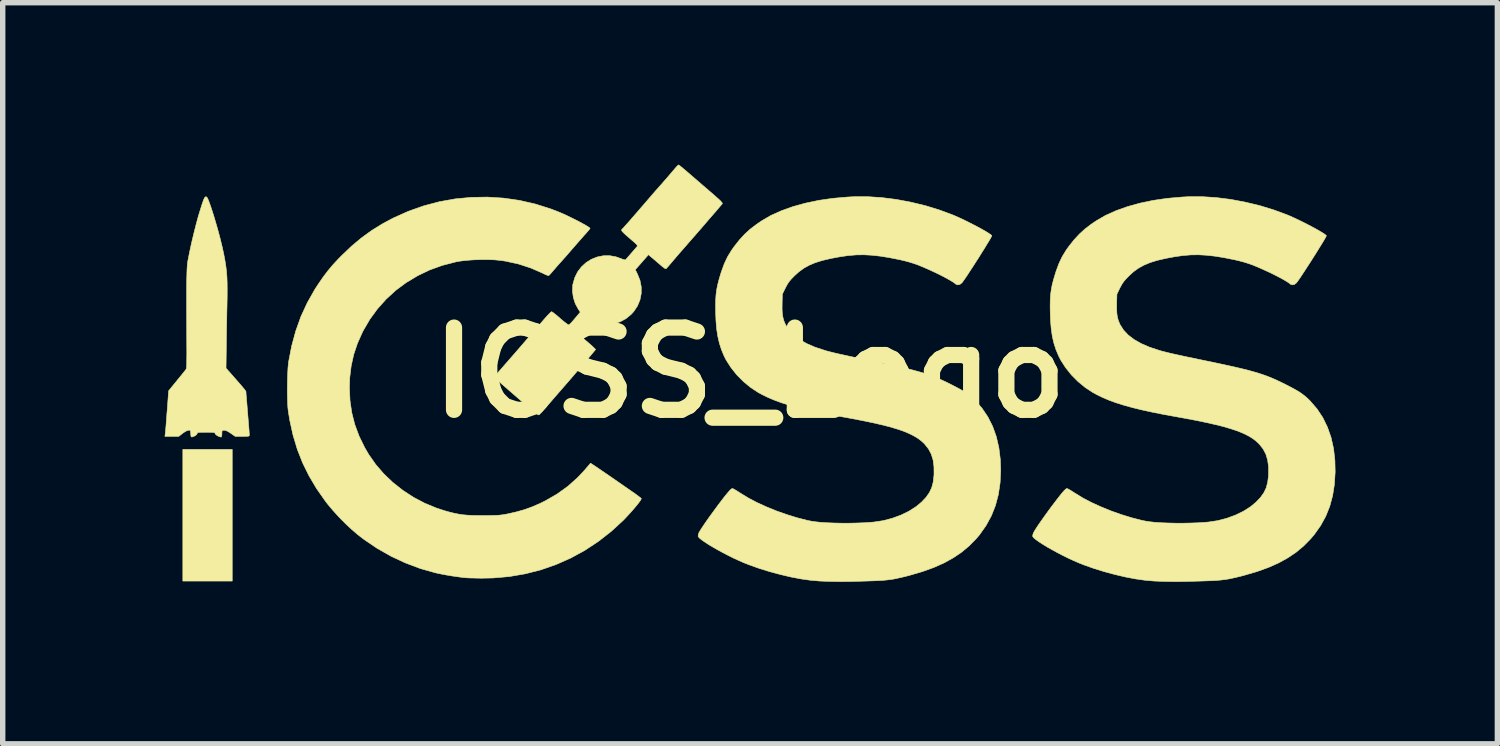
<source format=kicad_pcb>
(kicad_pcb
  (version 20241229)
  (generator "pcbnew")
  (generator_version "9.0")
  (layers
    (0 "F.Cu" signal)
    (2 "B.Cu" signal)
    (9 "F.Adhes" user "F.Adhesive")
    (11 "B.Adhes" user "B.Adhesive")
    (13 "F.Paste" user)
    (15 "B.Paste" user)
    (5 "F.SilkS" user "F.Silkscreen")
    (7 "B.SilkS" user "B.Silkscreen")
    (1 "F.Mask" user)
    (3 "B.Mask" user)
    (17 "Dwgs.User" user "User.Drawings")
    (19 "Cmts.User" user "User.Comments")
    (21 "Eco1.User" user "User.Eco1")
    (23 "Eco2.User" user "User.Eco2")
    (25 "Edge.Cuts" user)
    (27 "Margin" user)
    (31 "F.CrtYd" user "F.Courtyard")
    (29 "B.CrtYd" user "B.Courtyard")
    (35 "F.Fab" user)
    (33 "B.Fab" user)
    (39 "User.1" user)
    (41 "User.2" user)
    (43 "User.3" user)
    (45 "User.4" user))
  (footprint "ICSS_Logo"
    (layer "F.Cu")
    (at 10.84 3.853)
    (property "Reference" "ICSS_Logo" (at 0 0 0) (layer "F.SilkS") (effects (font (size 1.524 1.524) (thickness 0.3))))
    (attr through_hole)
    (fp_poly (pts (xy -9.588 3.861) (xy -10.503 3.861) (xy -10.503 1.422) (xy -9.588 1.422) (xy -9.588 3.861)) (stroke (width 0.01) (type solid)) (fill yes) (layer "F.SilkS"))
    (fp_poly (pts (xy -10.068 -3.256) (xy -10.06 -3.252) (xy -10.048 -3.235) (xy -10.03 -3.196) (xy -10.008 -3.138) (xy -9.982 -3.064) (xy -9.954 -2.978) (xy -9.924 -2.883) (xy -9.894 -2.781) (xy -9.863 -2.675) (xy -9.834 -2.569) (xy -9.807 -2.465) (xy -9.783 -2.367) (xy -9.774 -2.33) (xy -9.746 -2.202) (xy -9.724 -2.086) (xy -9.707 -1.979) (xy -9.694 -1.875) (xy -9.686 -1.769) (xy -9.682 -1.654) (xy -9.681 -1.527) (xy -9.682 -1.381) (xy -9.683 -1.333) (xy -9.685 -1.226) (xy -9.688 -1.1) (xy -9.69 -0.963) (xy -9.693 -0.821) (xy -9.695 -0.683) (xy -9.697 -0.554) (xy -9.697 -0.527) (xy -9.703 -0.083) (xy -9.519 0.126) (xy -9.465 0.188) (xy -9.417 0.243) (xy -9.378 0.29) (xy -9.35 0.325) (xy -9.336 0.345) (xy -9.334 0.349) (xy -9.333 0.364) (xy -9.331 0.402) (xy -9.326 0.458) (xy -9.32 0.53) (xy -9.313 0.615) (xy -9.306 0.709) (xy -9.303 0.743) (xy -9.295 0.84) (xy -9.288 0.93) (xy -9.281 1.009) (xy -9.276 1.074) (xy -9.273 1.122) (xy -9.271 1.149) (xy -9.271 1.153) (xy -9.272 1.165) (xy -9.279 1.174) (xy -9.295 1.178) (xy -9.326 1.18) (xy -9.375 1.181) (xy -9.402 1.181) (xy -9.533 1.181) (xy -9.614 1.124) (xy -9.67 1.088) (xy -9.714 1.07) (xy -9.737 1.067) (xy -9.762 1.068) (xy -9.774 1.076) (xy -9.779 1.097) (xy -9.779 1.13) (xy -9.782 1.172) (xy -9.79 1.192) (xy -9.794 1.194) (xy -9.823 1.187) (xy -9.857 1.172) (xy -9.887 1.152) (xy -9.904 1.133) (xy -9.906 1.127) (xy -9.908 1.118) (xy -9.918 1.112) (xy -9.938 1.108) (xy -9.974 1.106) (xy -10.028 1.105) (xy -10.071 1.105) (xy -10.139 1.105) (xy -10.185 1.106) (xy -10.214 1.109) (xy -10.23 1.114) (xy -10.236 1.121) (xy -10.237 1.127) (xy -10.247 1.147) (xy -10.275 1.168) (xy -10.281 1.172) (xy -10.32 1.189) (xy -10.342 1.192) (xy -10.352 1.183) (xy -10.352 1.178) (xy -10.355 1.153) (xy -10.357 1.13) (xy -10.36 1.099) (xy -10.361 1.083) (xy -10.373 1.067) (xy -10.4 1.067) (xy -10.439 1.081) (xy -10.484 1.108) (xy -10.506 1.124) (xy -10.579 1.181) (xy -10.835 1.181) (xy -10.828 1.127) (xy -10.825 1.101) (xy -10.821 1.053) (xy -10.815 0.987) (xy -10.809 0.907) (xy -10.802 0.817) (xy -10.795 0.721) (xy -10.793 0.705) (xy -10.766 0.337) (xy -10.612 0.148) (xy -10.563 0.088) (xy -10.519 0.034) (xy -10.482 -0.012) (xy -10.456 -0.045) (xy -10.443 -0.062) (xy -10.443 -0.062) (xy -10.438 -0.075) (xy -10.435 -0.101) (xy -10.432 -0.142) (xy -10.431 -0.201) (xy -10.43 -0.279) (xy -10.429 -0.379) (xy -10.43 -0.501) (xy -10.43 -0.527) (xy -10.431 -0.754) (xy -10.432 -0.957) (xy -10.433 -1.137) (xy -10.433 -1.296) (xy -10.433 -1.436) (xy -10.433 -1.557) (xy -10.432 -1.663) (xy -10.43 -1.753) (xy -10.428 -1.829) (xy -10.426 -1.894) (xy -10.423 -1.947) (xy -10.42 -1.992) (xy -10.416 -2.029) (xy -10.412 -2.06) (xy -10.41 -2.07) (xy -10.378 -2.233) (xy -10.341 -2.404) (xy -10.3 -2.576) (xy -10.258 -2.742) (xy -10.217 -2.894) (xy -10.189 -2.985) (xy -10.161 -3.076) (xy -10.138 -3.146) (xy -10.12 -3.197) (xy -10.105 -3.23) (xy -10.092 -3.25) (xy -10.08 -3.258) (xy -10.068 -3.256)) (stroke (width 0.01) (type solid)) (fill yes) (layer "F.SilkS"))
    (fp_poly (pts (xy -4.56 -3.233) (xy -4.263 -3.19) (xy -3.968 -3.122) (xy -3.679 -3.03) (xy -3.537 -2.975) (xy -3.469 -2.946) (xy -3.394 -2.912) (xy -3.316 -2.874) (xy -3.237 -2.835) (xy -3.163 -2.797) (xy -3.095 -2.76) (xy -3.037 -2.728) (xy -2.993 -2.701) (xy -2.966 -2.681) (xy -2.959 -2.672) (xy -2.967 -2.66) (xy -2.988 -2.634) (xy -3.019 -2.598) (xy -3.04 -2.574) (xy -3.074 -2.537) (xy -3.12 -2.484) (xy -3.175 -2.422) (xy -3.234 -2.354) (xy -3.295 -2.284) (xy -3.31 -2.267) (xy -3.364 -2.204) (xy -3.413 -2.148) (xy -3.454 -2.102) (xy -3.485 -2.067) (xy -3.502 -2.048) (xy -3.505 -2.045) (xy -3.516 -2.033) (xy -3.54 -2.006) (xy -3.573 -1.969) (xy -3.606 -1.93) (xy -3.645 -1.885) (xy -3.679 -1.846) (xy -3.704 -1.818) (xy -3.715 -1.806) (xy -3.726 -1.799) (xy -3.745 -1.801) (xy -3.776 -1.813) (xy -3.823 -1.835) (xy -3.837 -1.842) (xy -4.053 -1.937) (xy -4.283 -2.012) (xy -4.524 -2.065) (xy -4.605 -2.077) (xy -4.718 -2.089) (xy -4.848 -2.094) (xy -4.986 -2.094) (xy -5.126 -2.089) (xy -5.26 -2.079) (xy -5.381 -2.064) (xy -5.448 -2.051) (xy -5.695 -1.987) (xy -5.931 -1.902) (xy -6.154 -1.795) (xy -6.364 -1.669) (xy -6.558 -1.525) (xy -6.736 -1.362) (xy -6.897 -1.182) (xy -7.04 -0.986) (xy -7.163 -0.775) (xy -7.176 -0.749) (xy -7.268 -0.543) (xy -7.337 -0.337) (xy -7.384 -0.127) (xy -7.411 0.092) (xy -7.417 0.283) (xy -7.406 0.518) (xy -7.373 0.744) (xy -7.317 0.963) (xy -7.237 1.178) (xy -7.133 1.39) (xy -7.059 1.517) (xy -6.93 1.701) (xy -6.781 1.874) (xy -6.613 2.034) (xy -6.428 2.18) (xy -6.231 2.309) (xy -6.022 2.419) (xy -5.805 2.509) (xy -5.657 2.557) (xy -5.558 2.585) (xy -5.471 2.606) (xy -5.39 2.622) (xy -5.309 2.634) (xy -5.224 2.641) (xy -5.127 2.646) (xy -5.014 2.647) (xy -4.947 2.648) (xy -4.845 2.647) (xy -4.765 2.646) (xy -4.7 2.644) (xy -4.646 2.641) (xy -4.598 2.636) (xy -4.551 2.629) (xy -4.501 2.62) (xy -4.496 2.619) (xy -4.327 2.581) (xy -4.175 2.538) (xy -4.031 2.486) (xy -3.885 2.423) (xy -3.785 2.373) (xy -3.571 2.25) (xy -3.373 2.108) (xy -3.192 1.947) (xy -3.063 1.81) (xy -3.022 1.762) (xy -2.988 1.722) (xy -2.963 1.693) (xy -2.952 1.679) (xy -2.951 1.678) (xy -2.94 1.684) (xy -2.908 1.705) (xy -2.856 1.739) (xy -2.784 1.788) (xy -2.692 1.851) (xy -2.581 1.927) (xy -2.45 2.018) (xy -2.301 2.121) (xy -2.179 2.206) (xy -2.122 2.245) (xy -2.074 2.281) (xy -2.036 2.31) (xy -2.014 2.328) (xy -2.01 2.333) (xy -2.016 2.35) (xy -2.036 2.382) (xy -2.069 2.426) (xy -2.112 2.479) (xy -2.162 2.538) (xy -2.216 2.599) (xy -2.273 2.661) (xy -2.328 2.719) (xy -2.339 2.731) (xy -2.564 2.938) (xy -2.803 3.125) (xy -3.054 3.291) (xy -3.316 3.434) (xy -3.589 3.555) (xy -3.87 3.653) (xy -4.16 3.727) (xy -4.457 3.778) (xy -4.759 3.804) (xy -4.969 3.808) (xy -5.045 3.807) (xy -5.118 3.805) (xy -5.179 3.804) (xy -5.226 3.802) (xy -5.245 3.801) (xy -5.318 3.794) (xy -5.408 3.782) (xy -5.507 3.768) (xy -5.61 3.751) (xy -5.707 3.733) (xy -5.792 3.715) (xy -5.821 3.709) (xy -6.101 3.63) (xy -6.378 3.526) (xy -6.647 3.401) (xy -6.905 3.254) (xy -7.15 3.088) (xy -7.264 3) (xy -7.373 2.906) (xy -7.489 2.798) (xy -7.606 2.68) (xy -7.716 2.559) (xy -7.815 2.442) (xy -7.862 2.381) (xy -8.026 2.147) (xy -8.166 1.911) (xy -8.285 1.669) (xy -8.383 1.419) (xy -8.462 1.156) (xy -8.523 0.879) (xy -8.549 0.717) (xy -8.557 0.65) (xy -8.562 0.562) (xy -8.565 0.46) (xy -8.567 0.348) (xy -8.566 0.232) (xy -8.564 0.116) (xy -8.56 0.008) (xy -8.555 -0.09) (xy -8.547 -0.17) (xy -8.543 -0.203) (xy -8.486 -0.497) (xy -8.41 -0.775) (xy -8.315 -1.04) (xy -8.198 -1.293) (xy -8.06 -1.538) (xy -7.995 -1.638) (xy -7.904 -1.77) (xy -7.816 -1.886) (xy -7.724 -1.996) (xy -7.621 -2.107) (xy -7.569 -2.16) (xy -7.383 -2.338) (xy -7.197 -2.494) (xy -7.004 -2.634) (xy -6.8 -2.76) (xy -6.605 -2.864) (xy -6.328 -2.988) (xy -6.043 -3.089) (xy -5.752 -3.166) (xy -5.457 -3.219) (xy -5.159 -3.247) (xy -4.86 -3.252) (xy -4.56 -3.233)) (stroke (width 0.01) (type solid)) (fill yes) (layer "F.SilkS"))
    (fp_poly (pts (xy -1.306 -3.84) (xy -1.278 -3.818) (xy -1.238 -3.785) (xy -1.189 -3.744) (xy -1.153 -3.713) (xy -1.097 -3.665) (xy -1.028 -3.605) (xy -0.949 -3.537) (xy -0.867 -3.466) (xy -0.785 -3.396) (xy -0.746 -3.362) (xy -0.669 -3.296) (xy -0.61 -3.243) (xy -0.566 -3.204) (xy -0.536 -3.174) (xy -0.518 -3.153) (xy -0.51 -3.139) (xy -0.509 -3.13) (xy -0.511 -3.126) (xy -0.524 -3.112) (xy -0.55 -3.081) (xy -0.587 -3.037) (xy -0.633 -2.983) (xy -0.685 -2.923) (xy -0.741 -2.859) (xy -0.797 -2.794) (xy -0.85 -2.732) (xy -0.899 -2.675) (xy -0.941 -2.627) (xy -0.972 -2.591) (xy -0.989 -2.572) (xy -1.016 -2.54) (xy -1.051 -2.501) (xy -1.073 -2.476) (xy -1.107 -2.437) (xy -1.149 -2.389) (xy -1.19 -2.341) (xy -1.194 -2.337) (xy -1.228 -2.298) (xy -1.256 -2.266) (xy -1.274 -2.246) (xy -1.277 -2.243) (xy -1.289 -2.228) (xy -1.315 -2.199) (xy -1.351 -2.157) (xy -1.392 -2.108) (xy -1.409 -2.089) (xy -1.452 -2.038) (xy -1.491 -1.992) (xy -1.522 -1.957) (xy -1.541 -1.935) (xy -1.544 -1.932) (xy -1.554 -1.926) (xy -1.569 -1.929) (xy -1.592 -1.944) (xy -1.627 -1.971) (xy -1.67 -2.008) (xy -1.72 -2.051) (xy -1.768 -2.092) (xy -1.808 -2.126) (xy -1.829 -2.143) (xy -1.877 -2.185) (xy -1.999 -2.046) (xy -2.121 -1.907) (xy -2.084 -1.832) (xy -2.035 -1.712) (xy -2.011 -1.589) (xy -2.011 -1.467) (xy -2.034 -1.349) (xy -2.08 -1.237) (xy -2.149 -1.133) (xy -2.196 -1.081) (xy -2.294 -1) (xy -2.402 -0.942) (xy -2.519 -0.906) (xy -2.643 -0.894) (xy -2.769 -0.905) (xy -2.866 -0.93) (xy -2.945 -0.956) (xy -2.981 -0.913) (xy -3.01 -0.878) (xy -3.046 -0.837) (xy -3.067 -0.813) (xy -3.104 -0.772) (xy -3.13 -0.742) (xy -3.143 -0.719) (xy -3.144 -0.699) (xy -3.13 -0.677) (xy -3.102 -0.648) (xy -3.057 -0.61) (xy -3.01 -0.571) (xy -2.958 -0.525) (xy -2.914 -0.486) (xy -2.88 -0.454) (xy -2.861 -0.434) (xy -2.857 -0.429) (xy -2.866 -0.417) (xy -2.889 -0.389) (xy -2.925 -0.346) (xy -2.973 -0.289) (xy -3.03 -0.221) (xy -3.096 -0.144) (xy -3.168 -0.06) (xy -3.245 0.029) (xy -3.324 0.122) (xy -3.405 0.215) (xy -3.486 0.308) (xy -3.564 0.398) (xy -3.638 0.483) (xy -3.706 0.562) (xy -3.767 0.631) (xy -3.819 0.69) (xy -3.86 0.736) (xy -3.889 0.767) (xy -3.897 0.777) (xy -3.904 0.781) (xy -3.913 0.782) (xy -3.927 0.777) (xy -3.947 0.764) (xy -3.975 0.743) (xy -4.014 0.712) (xy -4.066 0.669) (xy -4.132 0.613) (xy -4.214 0.542) (xy -4.243 0.516) (xy -4.325 0.446) (xy -4.404 0.377) (xy -4.479 0.312) (xy -4.544 0.255) (xy -4.599 0.207) (xy -4.638 0.172) (xy -4.653 0.159) (xy -4.738 0.083) (xy -4.577 -0.102) (xy -4.522 -0.165) (xy -4.467 -0.228) (xy -4.416 -0.286) (xy -4.375 -0.333) (xy -4.35 -0.362) (xy -4.317 -0.4) (xy -4.27 -0.454) (xy -4.212 -0.521) (xy -4.146 -0.598) (xy -4.073 -0.682) (xy -3.998 -0.769) (xy -3.922 -0.857) (xy -3.849 -0.943) (xy -3.81 -0.988) (xy -3.766 -1.038) (xy -3.727 -1.08) (xy -3.696 -1.111) (xy -3.676 -1.128) (xy -3.673 -1.129) (xy -3.658 -1.122) (xy -3.628 -1.1) (xy -3.586 -1.067) (xy -3.537 -1.026) (xy -3.512 -1.003) (xy -3.456 -0.956) (xy -3.409 -0.919) (xy -3.374 -0.894) (xy -3.354 -0.884) (xy -3.351 -0.884) (xy -3.336 -0.896) (xy -3.309 -0.923) (xy -3.274 -0.962) (xy -3.237 -1.006) (xy -3.14 -1.121) (xy -3.179 -1.179) (xy -3.233 -1.279) (xy -3.269 -1.392) (xy -3.285 -1.508) (xy -3.28 -1.622) (xy -3.277 -1.638) (xy -3.243 -1.758) (xy -3.19 -1.866) (xy -3.119 -1.959) (xy -3.033 -2.038) (xy -2.936 -2.099) (xy -2.829 -2.142) (xy -2.715 -2.165) (xy -2.598 -2.167) (xy -2.48 -2.146) (xy -2.385 -2.112) (xy -2.343 -2.096) (xy -2.313 -2.089) (xy -2.301 -2.09) (xy -2.289 -2.104) (xy -2.264 -2.133) (xy -2.23 -2.172) (xy -2.197 -2.21) (xy -2.158 -2.255) (xy -2.123 -2.295) (xy -2.098 -2.324) (xy -2.087 -2.337) (xy -2.083 -2.348) (xy -2.088 -2.362) (xy -2.105 -2.383) (xy -2.137 -2.413) (xy -2.182 -2.451) (xy -2.251 -2.511) (xy -2.303 -2.556) (xy -2.339 -2.59) (xy -2.362 -2.614) (xy -2.374 -2.632) (xy -2.375 -2.644) (xy -2.369 -2.655) (xy -2.357 -2.666) (xy -2.354 -2.668) (xy -2.342 -2.681) (xy -2.315 -2.712) (xy -2.275 -2.757) (xy -2.224 -2.814) (xy -2.165 -2.882) (xy -2.099 -2.958) (xy -2.028 -3.04) (xy -2.022 -3.048) (xy -1.951 -3.129) (xy -1.886 -3.205) (xy -1.828 -3.272) (xy -1.779 -3.329) (xy -1.74 -3.374) (xy -1.714 -3.403) (xy -1.703 -3.416) (xy -1.702 -3.416) (xy -1.692 -3.428) (xy -1.668 -3.455) (xy -1.633 -3.494) (xy -1.591 -3.543) (xy -1.544 -3.596) (xy -1.496 -3.652) (xy -1.45 -3.706) (xy -1.408 -3.755) (xy -1.385 -3.782) (xy -1.356 -3.815) (xy -1.332 -3.839) (xy -1.319 -3.848) (xy -1.319 -3.848) (xy -1.306 -3.84)) (stroke (width 0.01) (type solid)) (fill yes) (layer "F.SilkS"))
    (fp_poly (pts (xy 2.441 -3.243) (xy 2.711 -3.209) (xy 2.984 -3.158) (xy 3.254 -3.093) (xy 3.516 -3.012) (xy 3.766 -2.919) (xy 3.797 -2.906) (xy 3.873 -2.872) (xy 3.956 -2.834) (xy 4.041 -2.792) (xy 4.127 -2.748) (xy 4.211 -2.705) (xy 4.288 -2.663) (xy 4.357 -2.624) (xy 4.413 -2.59) (xy 4.455 -2.562) (xy 4.479 -2.543) (xy 4.483 -2.536) (xy 4.476 -2.52) (xy 4.458 -2.485) (xy 4.428 -2.435) (xy 4.39 -2.373) (xy 4.346 -2.3) (xy 4.296 -2.221) (xy 4.244 -2.137) (xy 4.189 -2.052) (xy 4.136 -1.969) (xy 4.084 -1.89) (xy 4.037 -1.817) (xy 3.995 -1.755) (xy 3.961 -1.706) (xy 3.937 -1.673) (xy 3.927 -1.661) (xy 3.891 -1.634) (xy 3.853 -1.626) (xy 3.82 -1.636) (xy 3.81 -1.645) (xy 3.789 -1.662) (xy 3.75 -1.688) (xy 3.695 -1.72) (xy 3.631 -1.756) (xy 3.56 -1.793) (xy 3.487 -1.83) (xy 3.441 -1.852) (xy 3.32 -1.908) (xy 3.215 -1.954) (xy 3.123 -1.992) (xy 3.038 -2.022) (xy 2.955 -2.048) (xy 2.869 -2.071) (xy 2.775 -2.093) (xy 2.769 -2.094) (xy 2.583 -2.131) (xy 2.415 -2.158) (xy 2.261 -2.175) (xy 2.114 -2.183) (xy 1.97 -2.181) (xy 1.825 -2.169) (xy 1.672 -2.147) (xy 1.506 -2.116) (xy 1.494 -2.113) (xy 1.344 -2.078) (xy 1.215 -2.038) (xy 1.103 -1.991) (xy 1.003 -1.936) (xy 0.912 -1.87) (xy 0.824 -1.791) (xy 0.824 -1.79) (xy 0.77 -1.735) (xy 0.73 -1.688) (xy 0.698 -1.641) (xy 0.669 -1.587) (xy 0.659 -1.568) (xy 0.603 -1.454) (xy 0.599 -1.281) (xy 0.598 -1.179) (xy 0.602 -1.097) (xy 0.613 -1.028) (xy 0.629 -0.966) (xy 0.654 -0.906) (xy 0.663 -0.888) (xy 0.726 -0.788) (xy 0.812 -0.697) (xy 0.92 -0.614) (xy 1.052 -0.539) (xy 1.207 -0.472) (xy 1.386 -0.413) (xy 1.4 -0.409) (xy 1.44 -0.397) (xy 1.48 -0.387) (xy 1.523 -0.376) (xy 1.572 -0.364) (xy 1.628 -0.351) (xy 1.695 -0.336) (xy 1.774 -0.319) (xy 1.869 -0.298) (xy 1.981 -0.275) (xy 2.113 -0.247) (xy 2.267 -0.215) (xy 2.46 -0.175) (xy 2.63 -0.138) (xy 2.78 -0.105) (xy 2.913 -0.074) (xy 3.03 -0.045) (xy 3.136 -0.016) (xy 3.23 0.012) (xy 3.318 0.041) (xy 3.4 0.071) (xy 3.479 0.103) (xy 3.558 0.138) (xy 3.64 0.176) (xy 3.726 0.219) (xy 3.734 0.223) (xy 3.836 0.276) (xy 3.919 0.321) (xy 3.988 0.363) (xy 4.047 0.403) (xy 4.099 0.445) (xy 4.15 0.492) (xy 4.17 0.511) (xy 4.3 0.657) (xy 4.409 0.818) (xy 4.498 0.994) (xy 4.566 1.184) (xy 4.614 1.39) (xy 4.641 1.61) (xy 4.648 1.809) (xy 4.637 2.039) (xy 4.605 2.256) (xy 4.551 2.461) (xy 4.475 2.653) (xy 4.376 2.834) (xy 4.256 3.004) (xy 4.189 3.082) (xy 4.062 3.211) (xy 3.923 3.327) (xy 3.769 3.431) (xy 3.599 3.525) (xy 3.41 3.609) (xy 3.202 3.684) (xy 2.971 3.752) (xy 2.896 3.772) (xy 2.809 3.793) (xy 2.733 3.81) (xy 2.665 3.824) (xy 2.598 3.834) (xy 2.529 3.842) (xy 2.452 3.849) (xy 2.363 3.854) (xy 2.256 3.858) (xy 2.165 3.861) (xy 1.988 3.866) (xy 1.831 3.87) (xy 1.688 3.871) (xy 1.556 3.869) (xy 1.427 3.866) (xy 1.298 3.861) (xy 1.283 3.86) (xy 1.123 3.846) (xy 0.946 3.821) (xy 0.758 3.785) (xy 0.563 3.739) (xy 0.366 3.686) (xy 0.172 3.626) (xy -0.013 3.56) (xy -0.105 3.524) (xy -0.198 3.483) (xy -0.297 3.438) (xy -0.397 3.388) (xy -0.498 3.336) (xy -0.595 3.283) (xy -0.686 3.231) (xy -0.769 3.181) (xy -0.839 3.135) (xy -0.896 3.095) (xy -0.935 3.062) (xy -0.955 3.037) (xy -0.956 3.034) (xy -0.955 3.009) (xy -0.946 2.975) (xy -0.945 2.972) (xy -0.928 2.94) (xy -0.897 2.89) (xy -0.854 2.825) (xy -0.801 2.748) (xy -0.74 2.662) (xy -0.672 2.569) (xy -0.6 2.471) (xy -0.589 2.456) (xy -0.517 2.361) (xy -0.458 2.285) (xy -0.411 2.228) (xy -0.374 2.186) (xy -0.348 2.16) (xy -0.329 2.148) (xy -0.322 2.146) (xy -0.305 2.153) (xy -0.272 2.171) (xy -0.226 2.199) (xy -0.173 2.233) (xy -0.16 2.241) (xy -0.022 2.325) (xy 0.136 2.408) (xy 0.31 2.487) (xy 0.494 2.562) (xy 0.684 2.629) (xy 0.875 2.688) (xy 1.061 2.736) (xy 1.124 2.749) (xy 1.206 2.762) (xy 1.308 2.773) (xy 1.427 2.781) (xy 1.558 2.786) (xy 1.697 2.789) (xy 1.841 2.789) (xy 1.983 2.786) (xy 2.121 2.781) (xy 2.25 2.772) (xy 2.299 2.768) (xy 2.471 2.742) (xy 2.639 2.698) (xy 2.8 2.639) (xy 2.948 2.567) (xy 3.081 2.482) (xy 3.181 2.399) (xy 3.264 2.312) (xy 3.325 2.225) (xy 3.369 2.134) (xy 3.397 2.031) (xy 3.411 1.913) (xy 3.413 1.886) (xy 3.412 1.744) (xy 3.396 1.62) (xy 3.362 1.51) (xy 3.31 1.412) (xy 3.239 1.323) (xy 3.228 1.311) (xy 3.171 1.26) (xy 3.106 1.212) (xy 3.03 1.167) (xy 2.942 1.124) (xy 2.84 1.082) (xy 2.724 1.043) (xy 2.59 1.003) (xy 2.438 0.965) (xy 2.267 0.926) (xy 2.074 0.886) (xy 1.858 0.845) (xy 1.714 0.819) (xy 1.476 0.776) (xy 1.261 0.733) (xy 1.067 0.691) (xy 0.893 0.648) (xy 0.735 0.605) (xy 0.592 0.56) (xy 0.463 0.513) (xy 0.344 0.463) (xy 0.234 0.41) (xy 0.155 0.367) (xy 0.015 0.275) (xy -0.118 0.165) (xy -0.241 0.041) (xy -0.348 -0.093) (xy -0.437 -0.231) (xy -0.477 -0.31) (xy -0.525 -0.426) (xy -0.563 -0.544) (xy -0.592 -0.668) (xy -0.613 -0.802) (xy -0.626 -0.953) (xy -0.632 -1.1) (xy -0.634 -1.23) (xy -0.632 -1.342) (xy -0.626 -1.44) (xy -0.614 -1.532) (xy -0.596 -1.624) (xy -0.571 -1.721) (xy -0.539 -1.831) (xy -0.525 -1.873) (xy -0.472 -2.019) (xy -0.41 -2.149) (xy -0.335 -2.271) (xy -0.288 -2.337) (xy -0.191 -2.46) (xy -0.094 -2.565) (xy 0.01 -2.66) (xy 0.127 -2.749) (xy 0.22 -2.812) (xy 0.391 -2.912) (xy 0.585 -2.999) (xy 0.797 -3.075) (xy 1.028 -3.139) (xy 1.276 -3.191) (xy 1.538 -3.229) (xy 1.813 -3.253) (xy 1.928 -3.259) (xy 2.178 -3.26) (xy 2.441 -3.243)) (stroke (width 0.01) (type solid)) (fill yes) (layer "F.SilkS"))
    (fp_poly (pts (xy 8.639 -3.243) (xy 8.909 -3.209) (xy 9.181 -3.158) (xy 9.451 -3.093) (xy 9.714 -3.012) (xy 9.964 -2.919) (xy 9.995 -2.906) (xy 10.071 -2.872) (xy 10.153 -2.834) (xy 10.239 -2.792) (xy 10.325 -2.748) (xy 10.408 -2.705) (xy 10.486 -2.663) (xy 10.554 -2.624) (xy 10.611 -2.59) (xy 10.653 -2.562) (xy 10.676 -2.543) (xy 10.681 -2.536) (xy 10.674 -2.52) (xy 10.655 -2.485) (xy 10.626 -2.435) (xy 10.588 -2.373) (xy 10.543 -2.3) (xy 10.494 -2.221) (xy 10.441 -2.137) (xy 10.387 -2.052) (xy 10.333 -1.969) (xy 10.282 -1.89) (xy 10.234 -1.817) (xy 10.193 -1.755) (xy 10.159 -1.706) (xy 10.134 -1.673) (xy 10.125 -1.661) (xy 10.089 -1.634) (xy 10.05 -1.626) (xy 10.017 -1.636) (xy 10.008 -1.645) (xy 9.987 -1.662) (xy 9.947 -1.688) (xy 9.893 -1.72) (xy 9.828 -1.756) (xy 9.757 -1.793) (xy 9.684 -1.83) (xy 9.639 -1.852) (xy 9.517 -1.908) (xy 9.413 -1.954) (xy 9.321 -1.992) (xy 9.236 -2.022) (xy 9.153 -2.048) (xy 9.066 -2.071) (xy 8.972 -2.093) (xy 8.966 -2.094) (xy 8.78 -2.131) (xy 8.613 -2.158) (xy 8.458 -2.175) (xy 8.312 -2.183) (xy 8.168 -2.181) (xy 8.022 -2.169) (xy 7.869 -2.147) (xy 7.704 -2.116) (xy 7.691 -2.113) (xy 7.541 -2.078) (xy 7.413 -2.038) (xy 7.301 -1.991) (xy 7.201 -1.936) (xy 7.109 -1.87) (xy 7.022 -1.791) (xy 7.022 -1.79) (xy 6.968 -1.735) (xy 6.928 -1.688) (xy 6.896 -1.641) (xy 6.866 -1.587) (xy 6.856 -1.568) (xy 6.801 -1.454) (xy 6.796 -1.281) (xy 6.796 -1.179) (xy 6.8 -1.097) (xy 6.81 -1.028) (xy 6.827 -0.966) (xy 6.852 -0.906) (xy 6.86 -0.888) (xy 6.924 -0.788) (xy 7.009 -0.697) (xy 7.118 -0.614) (xy 7.249 -0.539) (xy 7.404 -0.472) (xy 7.583 -0.413) (xy 7.598 -0.409) (xy 7.637 -0.397) (xy 7.678 -0.387) (xy 7.721 -0.376) (xy 7.769 -0.364) (xy 7.826 -0.351) (xy 7.892 -0.336) (xy 7.972 -0.319) (xy 8.066 -0.298) (xy 8.179 -0.275) (xy 8.311 -0.247) (xy 8.465 -0.215) (xy 8.657 -0.175) (xy 8.828 -0.138) (xy 8.978 -0.105) (xy 9.11 -0.074) (xy 9.228 -0.045) (xy 9.333 -0.016) (xy 9.428 0.012) (xy 9.515 0.041) (xy 9.597 0.071) (xy 9.677 0.103) (xy 9.756 0.138) (xy 9.837 0.176) (xy 9.924 0.219) (xy 9.931 0.223) (xy 10.034 0.276) (xy 10.118 0.322) (xy 10.188 0.364) (xy 10.247 0.406) (xy 10.301 0.449) (xy 10.353 0.497) (xy 10.381 0.525) (xy 10.508 0.672) (xy 10.615 0.833) (xy 10.701 1.01) (xy 10.768 1.201) (xy 10.814 1.406) (xy 10.839 1.625) (xy 10.844 1.841) (xy 10.83 2.068) (xy 10.797 2.279) (xy 10.744 2.475) (xy 10.67 2.66) (xy 10.575 2.833) (xy 10.459 2.997) (xy 10.387 3.082) (xy 10.26 3.211) (xy 10.121 3.327) (xy 9.967 3.431) (xy 9.797 3.525) (xy 9.608 3.609) (xy 9.399 3.684) (xy 9.168 3.752) (xy 9.093 3.772) (xy 9.006 3.793) (xy 8.931 3.81) (xy 8.862 3.824) (xy 8.796 3.834) (xy 8.727 3.842) (xy 8.65 3.849) (xy 8.56 3.854) (xy 8.454 3.858) (xy 8.363 3.861) (xy 8.186 3.866) (xy 8.028 3.87) (xy 7.886 3.871) (xy 7.753 3.869) (xy 7.625 3.866) (xy 7.495 3.861) (xy 7.48 3.86) (xy 7.321 3.846) (xy 7.144 3.821) (xy 6.956 3.785) (xy 6.76 3.739) (xy 6.563 3.686) (xy 6.37 3.626) (xy 6.184 3.56) (xy 6.093 3.524) (xy 6 3.483) (xy 5.901 3.438) (xy 5.8 3.388) (xy 5.7 3.336) (xy 5.603 3.283) (xy 5.511 3.231) (xy 5.429 3.181) (xy 5.358 3.135) (xy 5.302 3.095) (xy 5.262 3.062) (xy 5.242 3.037) (xy 5.241 3.034) (xy 5.242 3.009) (xy 5.252 2.975) (xy 5.253 2.972) (xy 5.27 2.94) (xy 5.301 2.89) (xy 5.344 2.825) (xy 5.397 2.748) (xy 5.458 2.662) (xy 5.525 2.569) (xy 5.597 2.471) (xy 5.609 2.456) (xy 5.681 2.361) (xy 5.74 2.285) (xy 5.787 2.228) (xy 5.823 2.186) (xy 5.85 2.16) (xy 5.869 2.148) (xy 5.875 2.146) (xy 5.892 2.153) (xy 5.926 2.171) (xy 5.971 2.199) (xy 6.024 2.233) (xy 6.038 2.241) (xy 6.175 2.325) (xy 6.334 2.408) (xy 6.508 2.487) (xy 6.692 2.562) (xy 6.882 2.629) (xy 7.073 2.688) (xy 7.259 2.736) (xy 7.322 2.749) (xy 7.403 2.762) (xy 7.505 2.773) (xy 7.624 2.781) (xy 7.756 2.786) (xy 7.895 2.789) (xy 8.038 2.789) (xy 8.181 2.786) (xy 8.319 2.781) (xy 8.447 2.772) (xy 8.496 2.768) (xy 8.668 2.742) (xy 8.837 2.698) (xy 8.997 2.639) (xy 9.146 2.567) (xy 9.279 2.482) (xy 9.378 2.399) (xy 9.461 2.312) (xy 9.523 2.225) (xy 9.567 2.134) (xy 9.594 2.031) (xy 9.609 1.913) (xy 9.61 1.886) (xy 9.61 1.744) (xy 9.593 1.62) (xy 9.56 1.51) (xy 9.508 1.412) (xy 9.437 1.323) (xy 9.425 1.311) (xy 9.369 1.26) (xy 9.304 1.212) (xy 9.228 1.167) (xy 9.14 1.124) (xy 9.038 1.082) (xy 8.921 1.043) (xy 8.788 1.003) (xy 8.636 0.965) (xy 8.464 0.926) (xy 8.272 0.886) (xy 8.056 0.845) (xy 7.912 0.819) (xy 7.674 0.776) (xy 7.459 0.733) (xy 7.265 0.691) (xy 7.09 0.648) (xy 6.933 0.605) (xy 6.79 0.56) (xy 6.66 0.513) (xy 6.542 0.463) (xy 6.432 0.41) (xy 6.353 0.367) (xy 6.213 0.275) (xy 6.08 0.165) (xy 5.957 0.041) (xy 5.85 -0.093) (xy 5.761 -0.231) (xy 5.721 -0.31) (xy 5.672 -0.426) (xy 5.634 -0.544) (xy 5.605 -0.668) (xy 5.585 -0.802) (xy 5.572 -0.953) (xy 5.566 -1.1) (xy 5.564 -1.23) (xy 5.566 -1.342) (xy 5.572 -1.44) (xy 5.584 -1.532) (xy 5.601 -1.624) (xy 5.626 -1.721) (xy 5.659 -1.831) (xy 5.672 -1.873) (xy 5.726 -2.019) (xy 5.787 -2.149) (xy 5.862 -2.271) (xy 5.909 -2.337) (xy 6.007 -2.46) (xy 6.104 -2.565) (xy 6.208 -2.66) (xy 6.324 -2.749) (xy 6.417 -2.812) (xy 6.589 -2.912) (xy 6.782 -2.999) (xy 6.995 -3.075) (xy 7.226 -3.139) (xy 7.473 -3.191) (xy 7.736 -3.229) (xy 8.011 -3.253) (xy 8.125 -3.259) (xy 8.376 -3.26) (xy 8.639 -3.243)) (stroke (width 0.01) (type solid)) (fill yes) (layer "F.SilkS")))
  (gr_rect
    (start -3 -3)
    (end 24.689 10.729)
    (stroke (width 0.1) (type default))
    (fill no)
    (layer "Edge.Cuts")))
</source>
